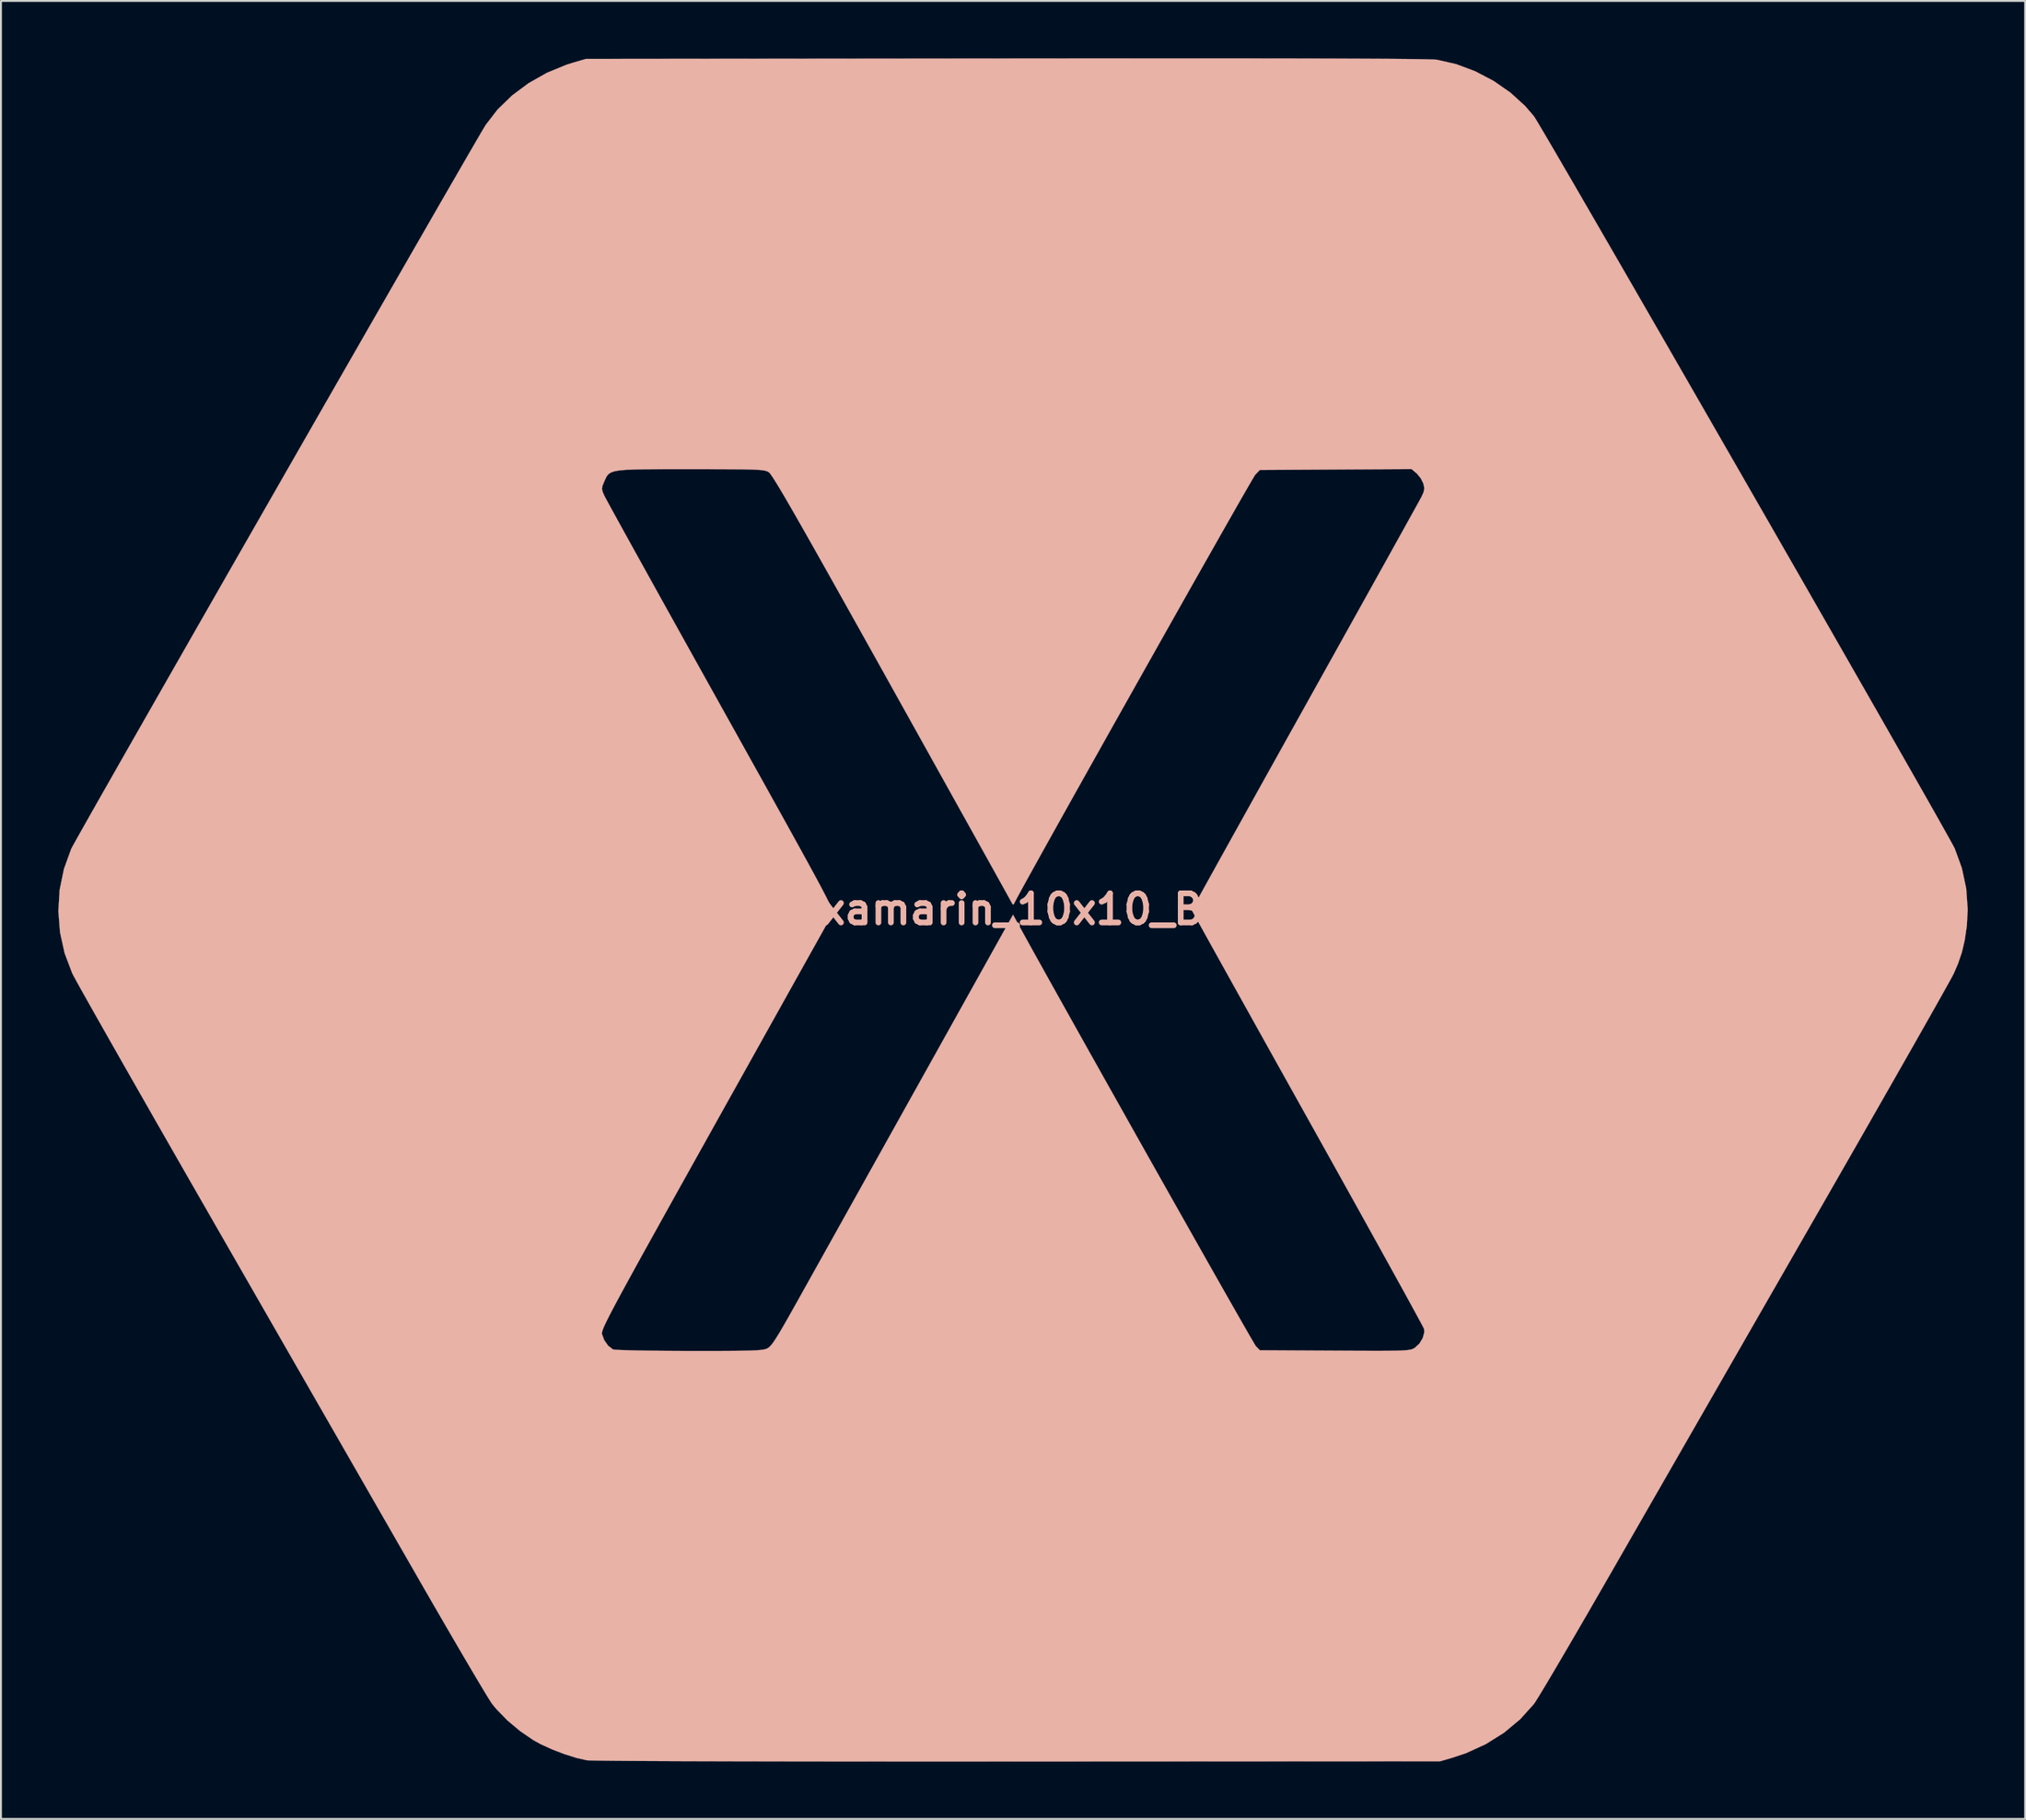
<source format=kicad_pcb>
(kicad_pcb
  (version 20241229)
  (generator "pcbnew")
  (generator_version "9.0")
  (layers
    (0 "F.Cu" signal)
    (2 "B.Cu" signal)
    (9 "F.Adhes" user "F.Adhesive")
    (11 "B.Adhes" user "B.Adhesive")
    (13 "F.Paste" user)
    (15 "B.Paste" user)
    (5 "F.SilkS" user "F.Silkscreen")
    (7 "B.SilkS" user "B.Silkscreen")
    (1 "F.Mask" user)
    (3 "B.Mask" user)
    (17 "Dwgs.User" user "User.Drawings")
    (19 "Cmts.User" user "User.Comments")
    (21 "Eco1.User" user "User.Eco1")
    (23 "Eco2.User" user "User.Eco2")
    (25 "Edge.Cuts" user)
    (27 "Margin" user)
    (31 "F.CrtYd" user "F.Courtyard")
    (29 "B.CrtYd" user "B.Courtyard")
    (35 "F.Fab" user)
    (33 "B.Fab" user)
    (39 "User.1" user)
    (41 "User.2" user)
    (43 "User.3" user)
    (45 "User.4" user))
  (footprint "xamarin_10x10_B"
    (layer "F.Cu")
    (at 49.92 44.526)
    (property "Reference" "xamarin_10x10_B" (at 0 0 0) (layer "B.SilkS") (effects (font (size 1.524 1.524) (thickness 0.3))))
    (attr through_hole)
    (fp_poly (pts (xy 10.918 -44.52) (xy 12.684 -44.519) (xy 14.294 -44.517) (xy 15.748 -44.514) (xy 17.05 -44.51) (xy 18.201 -44.505) (xy 19.204 -44.5) (xy 20.06 -44.494) (xy 20.771 -44.487) (xy 21.341 -44.479) (xy 21.77 -44.47) (xy 22.061 -44.461) (xy 22.216 -44.45) (xy 22.225 -44.449) (xy 23.238 -44.218) (xy 24.237 -43.842) (xy 25.19 -43.341) (xy 26.067 -42.732) (xy 26.837 -42.032) (xy 27.294 -41.5) (xy 27.369 -41.385) (xy 27.523 -41.13) (xy 27.752 -40.744) (xy 28.053 -40.233) (xy 28.42 -39.606) (xy 28.849 -38.869) (xy 29.336 -38.032) (xy 29.876 -37.1) (xy 30.466 -36.082) (xy 31.1 -34.986) (xy 31.775 -33.819) (xy 32.486 -32.588) (xy 33.228 -31.301) (xy 33.998 -29.967) (xy 34.79 -28.591) (xy 35.601 -27.183) (xy 36.426 -25.749) (xy 37.261 -24.297) (xy 38.102 -22.836) (xy 38.943 -21.371) (xy 39.782 -19.912) (xy 40.612 -18.465) (xy 41.431 -17.038) (xy 42.233 -15.639) (xy 43.014 -14.276) (xy 43.77 -12.955) (xy 44.497 -11.685) (xy 45.19 -10.474) (xy 45.844 -9.328) (xy 46.456 -8.255) (xy 47.021 -7.264) (xy 47.535 -6.361) (xy 47.993 -5.554) (xy 48.391 -4.851) (xy 48.724 -4.259) (xy 48.989 -3.787) (xy 49.18 -3.441) (xy 49.294 -3.229) (xy 49.321 -3.175) (xy 49.692 -2.16) (xy 49.921 -1.084) (xy 49.999 0.014) (xy 49.954 0.851) (xy 49.847 1.593) (xy 49.699 2.236) (xy 49.49 2.851) (xy 49.277 3.344) (xy 49.201 3.491) (xy 49.045 3.777) (xy 48.814 4.192) (xy 48.512 4.731) (xy 48.144 5.383) (xy 47.715 6.141) (xy 47.23 6.997) (xy 46.692 7.942) (xy 46.107 8.969) (xy 45.479 10.069) (xy 44.813 11.235) (xy 44.114 12.457) (xy 43.386 13.728) (xy 42.634 15.04) (xy 41.911 16.298) (xy 41.076 17.752) (xy 40.222 19.239) (xy 39.356 20.747) (xy 38.486 22.261) (xy 37.621 23.767) (xy 36.768 25.253) (xy 35.934 26.704) (xy 35.129 28.106) (xy 34.359 29.447) (xy 33.633 30.711) (xy 32.959 31.885) (xy 32.344 32.955) (xy 31.796 33.909) (xy 31.324 34.731) (xy 31.261 34.84) (xy 30.709 35.799) (xy 30.175 36.725) (xy 29.664 37.605) (xy 29.185 38.428) (xy 28.744 39.181) (xy 28.348 39.854) (xy 28.004 40.435) (xy 27.718 40.911) (xy 27.498 41.271) (xy 27.351 41.503) (xy 27.299 41.579) (xy 26.58 42.378) (xy 25.734 43.083) (xy 24.78 43.68) (xy 23.74 44.156) (xy 23.069 44.38) (xy 22.394 44.577) (xy 0.296 44.589) (xy -1.869 44.59) (xy -3.956 44.59) (xy -5.96 44.59) (xy -7.874 44.589) (xy -9.693 44.587) (xy -11.413 44.585) (xy -13.027 44.582) (xy -14.53 44.579) (xy -15.917 44.575) (xy -17.182 44.571) (xy -18.32 44.566) (xy -19.326 44.561) (xy -20.194 44.556) (xy -20.918 44.55) (xy -21.493 44.543) (xy -21.915 44.536) (xy -22.176 44.529) (xy -22.267 44.523) (xy -22.816 44.398) (xy -23.442 44.2) (xy -24.083 43.954) (xy -24.677 43.682) (xy -25.058 43.473) (xy -25.749 43) (xy -26.41 42.446) (xy -26.985 41.858) (xy -27.21 41.585) (xy -27.308 41.439) (xy -27.483 41.158) (xy -27.728 40.753) (xy -28.036 40.237) (xy -28.401 39.62) (xy -28.815 38.916) (xy -29.271 38.135) (xy -29.763 37.289) (xy -30.283 36.391) (xy -30.825 35.452) (xy -31.176 34.84) (xy -31.637 34.038) (xy -32.174 33.104) (xy -32.779 32.049) (xy -33.446 30.889) (xy -34.164 29.638) (xy -34.928 28.308) (xy -35.729 26.914) (xy -36.559 25.469) (xy -37.41 23.988) (xy -38.274 22.483) (xy -38.451 22.175) (xy -21.472 22.175) (xy -21.47 22.22) (xy -21.352 22.543) (xy -21.149 22.83) (xy -20.908 23.019) (xy -20.88 23.031) (xy -20.76 23.046) (xy -20.489 23.06) (xy -20.084 23.073) (xy -19.565 23.085) (xy -18.948 23.095) (xy -18.251 23.102) (xy -17.494 23.107) (xy -16.904 23.109) (xy -15.983 23.109) (xy -15.217 23.108) (xy -14.59 23.104) (xy -14.086 23.098) (xy -13.691 23.088) (xy -13.389 23.075) (xy -13.166 23.057) (xy -13.006 23.035) (xy -12.893 23.007) (xy -12.83 22.983) (xy -12.738 22.926) (xy -12.638 22.829) (xy -12.517 22.677) (xy -12.366 22.453) (xy -12.174 22.143) (xy -11.932 21.728) (xy -11.628 21.194) (xy -11.313 20.633) (xy -11.109 20.269) (xy -10.83 19.768) (xy -10.481 19.144) (xy -10.071 18.409) (xy -9.605 17.574) (xy -9.09 16.652) (xy -8.533 15.654) (xy -7.941 14.593) (xy -7.32 13.481) (xy -6.678 12.331) (xy -6.021 11.153) (xy -5.356 9.96) (xy -5.015 9.35) (xy 0.042 0.285) (xy 0.347 0.841) (xy 0.633 1.361) (xy 0.978 1.986) (xy 1.378 2.705) (xy 1.825 3.509) (xy 2.316 4.389) (xy 2.844 5.333) (xy 3.403 6.333) (xy 3.989 7.379) (xy 4.596 8.46) (xy 5.217 9.567) (xy 5.849 10.691) (xy 6.484 11.821) (xy 7.118 12.947) (xy 7.745 14.06) (xy 8.36 15.15) (xy 8.957 16.207) (xy 9.53 17.222) (xy 10.074 18.184) (xy 10.583 19.083) (xy 11.053 19.911) (xy 11.477 20.656) (xy 11.85 21.31) (xy 12.166 21.862) (xy 12.419 22.303) (xy 12.606 22.622) (xy 12.718 22.811) (xy 12.751 22.86) (xy 12.958 23.072) (xy 16.872 23.094) (xy 17.788 23.099) (xy 18.551 23.102) (xy 19.175 23.103) (xy 19.676 23.101) (xy 20.069 23.096) (xy 20.37 23.087) (xy 20.595 23.073) (xy 20.758 23.054) (xy 20.876 23.03) (xy 20.963 23) (xy 21.035 22.963) (xy 21.066 22.944) (xy 21.306 22.725) (xy 21.482 22.434) (xy 21.564 22.13) (xy 21.552 21.959) (xy 21.506 21.863) (xy 21.381 21.628) (xy 21.183 21.262) (xy 20.916 20.773) (xy 20.586 20.169) (xy 20.195 19.46) (xy 19.749 18.653) (xy 19.254 17.757) (xy 18.712 16.781) (xy 18.13 15.731) (xy 17.511 14.618) (xy 16.86 13.449) (xy 16.182 12.233) (xy 15.481 10.977) (xy 15.45 10.922) (xy 14.75 9.668) (xy 14.073 8.454) (xy 13.423 7.289) (xy 12.806 6.182) (xy 12.225 5.139) (xy 11.685 4.17) (xy 11.191 3.282) (xy 10.747 2.484) (xy 10.358 1.784) (xy 10.029 1.191) (xy 9.764 0.711) (xy 9.567 0.355) (xy 9.444 0.129) (xy 9.398 0.042) (xy 9.398 0.042) (xy 9.438 -0.036) (xy 9.557 -0.253) (xy 9.749 -0.601) (xy 10.009 -1.072) (xy 10.334 -1.658) (xy 10.717 -2.35) (xy 11.156 -3.14) (xy 11.645 -4.02) (xy 12.18 -4.981) (xy 12.755 -6.016) (xy 13.367 -7.115) (xy 14.011 -8.271) (xy 14.682 -9.475) (xy 15.313 -10.606) (xy 16.008 -11.853) (xy 16.683 -13.063) (xy 17.332 -14.229) (xy 17.951 -15.34) (xy 18.535 -16.389) (xy 19.08 -17.367) (xy 19.579 -18.265) (xy 20.029 -19.075) (xy 20.425 -19.787) (xy 20.761 -20.394) (xy 21.034 -20.886) (xy 21.238 -21.255) (xy 21.368 -21.492) (xy 21.418 -21.585) (xy 21.531 -21.836) (xy 21.563 -22.026) (xy 21.525 -22.235) (xy 21.513 -22.276) (xy 21.38 -22.547) (xy 21.181 -22.791) (xy 21.156 -22.814) (xy 20.894 -23.034) (xy 16.926 -23.011) (xy 12.957 -22.987) (xy 12.714 -22.733) (xy 12.655 -22.641) (xy 12.519 -22.411) (xy 12.311 -22.053) (xy 12.037 -21.577) (xy 11.703 -20.993) (xy 11.315 -20.311) (xy 10.877 -19.541) (xy 10.396 -18.692) (xy 9.877 -17.776) (xy 9.325 -16.801) (xy 8.747 -15.777) (xy 8.148 -14.715) (xy 7.534 -13.624) (xy 6.909 -12.515) (xy 6.28 -11.397) (xy 5.652 -10.28) (xy 5.031 -9.175) (xy 4.423 -8.091) (xy 3.832 -7.038) (xy 3.265 -6.025) (xy 2.728 -5.064) (xy 2.225 -4.164) (xy 1.762 -3.334) (xy 1.346 -2.585) (xy 0.981 -1.927) (xy 0.673 -1.37) (xy 0.428 -0.923) (xy 0.251 -0.597) (xy 0.148 -0.401) (xy 0.134 -0.371) (xy 0.069 -0.254) (xy 0.015 -0.269) (xy -0.065 -0.413) (xy -0.118 -0.512) (xy -0.25 -0.75) (xy -0.455 -1.119) (xy -0.728 -1.611) (xy -1.065 -2.218) (xy -1.462 -2.931) (xy -1.913 -3.742) (xy -2.415 -4.642) (xy -2.962 -5.624) (xy -3.549 -6.679) (xy -4.173 -7.799) (xy -4.828 -8.975) (xy -5.51 -10.199) (xy -6.215 -11.463) (xy -6.333 -11.675) (xy -7.2 -13.229) (xy -7.989 -14.641) (xy -8.703 -15.917) (xy -9.345 -17.063) (xy -9.919 -18.085) (xy -10.429 -18.989) (xy -10.877 -19.781) (xy -11.268 -20.467) (xy -11.605 -21.053) (xy -11.891 -21.546) (xy -12.13 -21.95) (xy -12.325 -22.273) (xy -12.48 -22.52) (xy -12.598 -22.698) (xy -12.683 -22.812) (xy -12.737 -22.868) (xy -12.742 -22.872) (xy -12.811 -22.909) (xy -12.897 -22.94) (xy -13.015 -22.965) (xy -13.181 -22.985) (xy -13.41 -23) (xy -13.718 -23.011) (xy -14.121 -23.019) (xy -14.633 -23.024) (xy -15.27 -23.027) (xy -16.048 -23.029) (xy -16.832 -23.029) (xy -17.786 -23.029) (xy -18.585 -23.028) (xy -19.245 -23.023) (xy -19.779 -23.012) (xy -20.203 -22.994) (xy -20.531 -22.966) (xy -20.777 -22.926) (xy -20.958 -22.872) (xy -21.086 -22.803) (xy -21.178 -22.715) (xy -21.247 -22.606) (xy -21.309 -22.476) (xy -21.347 -22.388) (xy -21.444 -22.155) (xy -21.47 -21.995) (xy -21.428 -21.828) (xy -21.353 -21.654) (xy -21.293 -21.538) (xy -21.156 -21.284) (xy -20.946 -20.899) (xy -20.667 -20.392) (xy -20.325 -19.771) (xy -19.924 -19.046) (xy -19.469 -18.225) (xy -18.965 -17.316) (xy -18.417 -16.328) (xy -17.829 -15.27) (xy -17.206 -14.15) (xy -16.553 -12.977) (xy -15.875 -11.76) (xy -15.243 -10.626) (xy -14.425 -9.159) (xy -13.686 -7.832) (xy -13.021 -6.639) (xy -12.428 -5.572) (xy -11.901 -4.624) (xy -11.438 -3.787) (xy -11.034 -3.055) (xy -10.685 -2.42) (xy -10.388 -1.875) (xy -10.139 -1.413) (xy -9.933 -1.026) (xy -9.767 -0.707) (xy -9.638 -0.45) (xy -9.54 -0.246) (xy -9.471 -0.088) (xy -9.427 0.03) (xy -9.402 0.116) (xy -9.395 0.177) (xy -9.4 0.221) (xy -9.414 0.254) (xy -9.414 0.254) (xy -9.469 0.352) (xy -9.602 0.588) (xy -9.807 0.956) (xy -10.081 1.447) (xy -10.419 2.051) (xy -10.816 2.762) (xy -11.267 3.569) (xy -11.768 4.466) (xy -12.313 5.443) (xy -12.899 6.491) (xy -13.52 7.604) (xy -14.172 8.771) (xy -14.85 9.985) (xy -15.529 11.201) (xy -16.354 12.68) (xy -17.101 14.018) (xy -17.773 15.223) (xy -18.373 16.302) (xy -18.906 17.262) (xy -19.376 18.109) (xy -19.786 18.853) (xy -20.14 19.499) (xy -20.443 20.054) (xy -20.698 20.527) (xy -20.908 20.923) (xy -21.078 21.251) (xy -21.212 21.517) (xy -21.314 21.729) (xy -21.387 21.893) (xy -21.435 22.017) (xy -21.462 22.109) (xy -21.472 22.175) (xy -38.451 22.175) (xy -39.143 20.97) (xy -40.01 19.46) (xy -40.867 17.969) (xy -41.705 16.51) (xy -41.826 16.298) (xy -42.597 14.956) (xy -43.348 13.647) (xy -44.074 12.378) (xy -44.772 11.159) (xy -45.435 9.998) (xy -46.06 8.902) (xy -46.643 7.88) (xy -47.177 6.94) (xy -47.659 6.09) (xy -48.085 5.338) (xy -48.448 4.693) (xy -48.746 4.162) (xy -48.972 3.755) (xy -49.123 3.478) (xy -49.192 3.344) (xy -49.588 2.296) (xy -49.829 1.205) (xy -49.915 0.093) (xy -49.848 -1.018) (xy -49.625 -2.106) (xy -49.248 -3.148) (xy -49.236 -3.175) (xy -49.174 -3.292) (xy -49.032 -3.549) (xy -48.814 -3.937) (xy -48.525 -4.449) (xy -48.17 -5.078) (xy -47.752 -5.815) (xy -47.275 -6.653) (xy -46.745 -7.584) (xy -46.166 -8.601) (xy -45.541 -9.696) (xy -44.876 -10.861) (xy -44.175 -12.09) (xy -43.442 -13.373) (xy -42.682 -14.704) (xy -41.898 -16.074) (xy -41.096 -17.477) (xy -40.279 -18.904) (xy -39.452 -20.349) (xy -38.62 -21.802) (xy -37.787 -23.257) (xy -36.957 -24.706) (xy -36.134 -26.142) (xy -35.323 -27.556) (xy -34.528 -28.941) (xy -33.755 -30.29) (xy -33.006 -31.594) (xy -32.286 -32.847) (xy -31.601 -34.04) (xy -30.953 -35.166) (xy -30.349 -36.217) (xy -29.791 -37.186) (xy -29.284 -38.064) (xy -28.833 -38.845) (xy -28.442 -39.521) (xy -28.116 -40.083) (xy -27.858 -40.525) (xy -27.674 -40.839) (xy -27.567 -41.017) (xy -27.552 -41.04) (xy -26.933 -41.844) (xy -26.177 -42.578) (xy -25.308 -43.225) (xy -24.35 -43.767) (xy -23.327 -44.188) (xy -22.984 -44.296) (xy -22.31 -44.492) (xy -0.339 -44.516) (xy 2.243 -44.518) (xy 4.657 -44.52) (xy 6.907 -44.521) (xy 8.993 -44.521) (xy 10.918 -44.52)) (stroke (width 0.01) (type solid)) (fill yes) (layer "B.SilkS")))
  (gr_rect
    (start -3 -3)
    (end 102.925 92.121)
    (stroke (width 0.1) (type default))
    (fill no)
    (layer "Edge.Cuts")))
</source>
